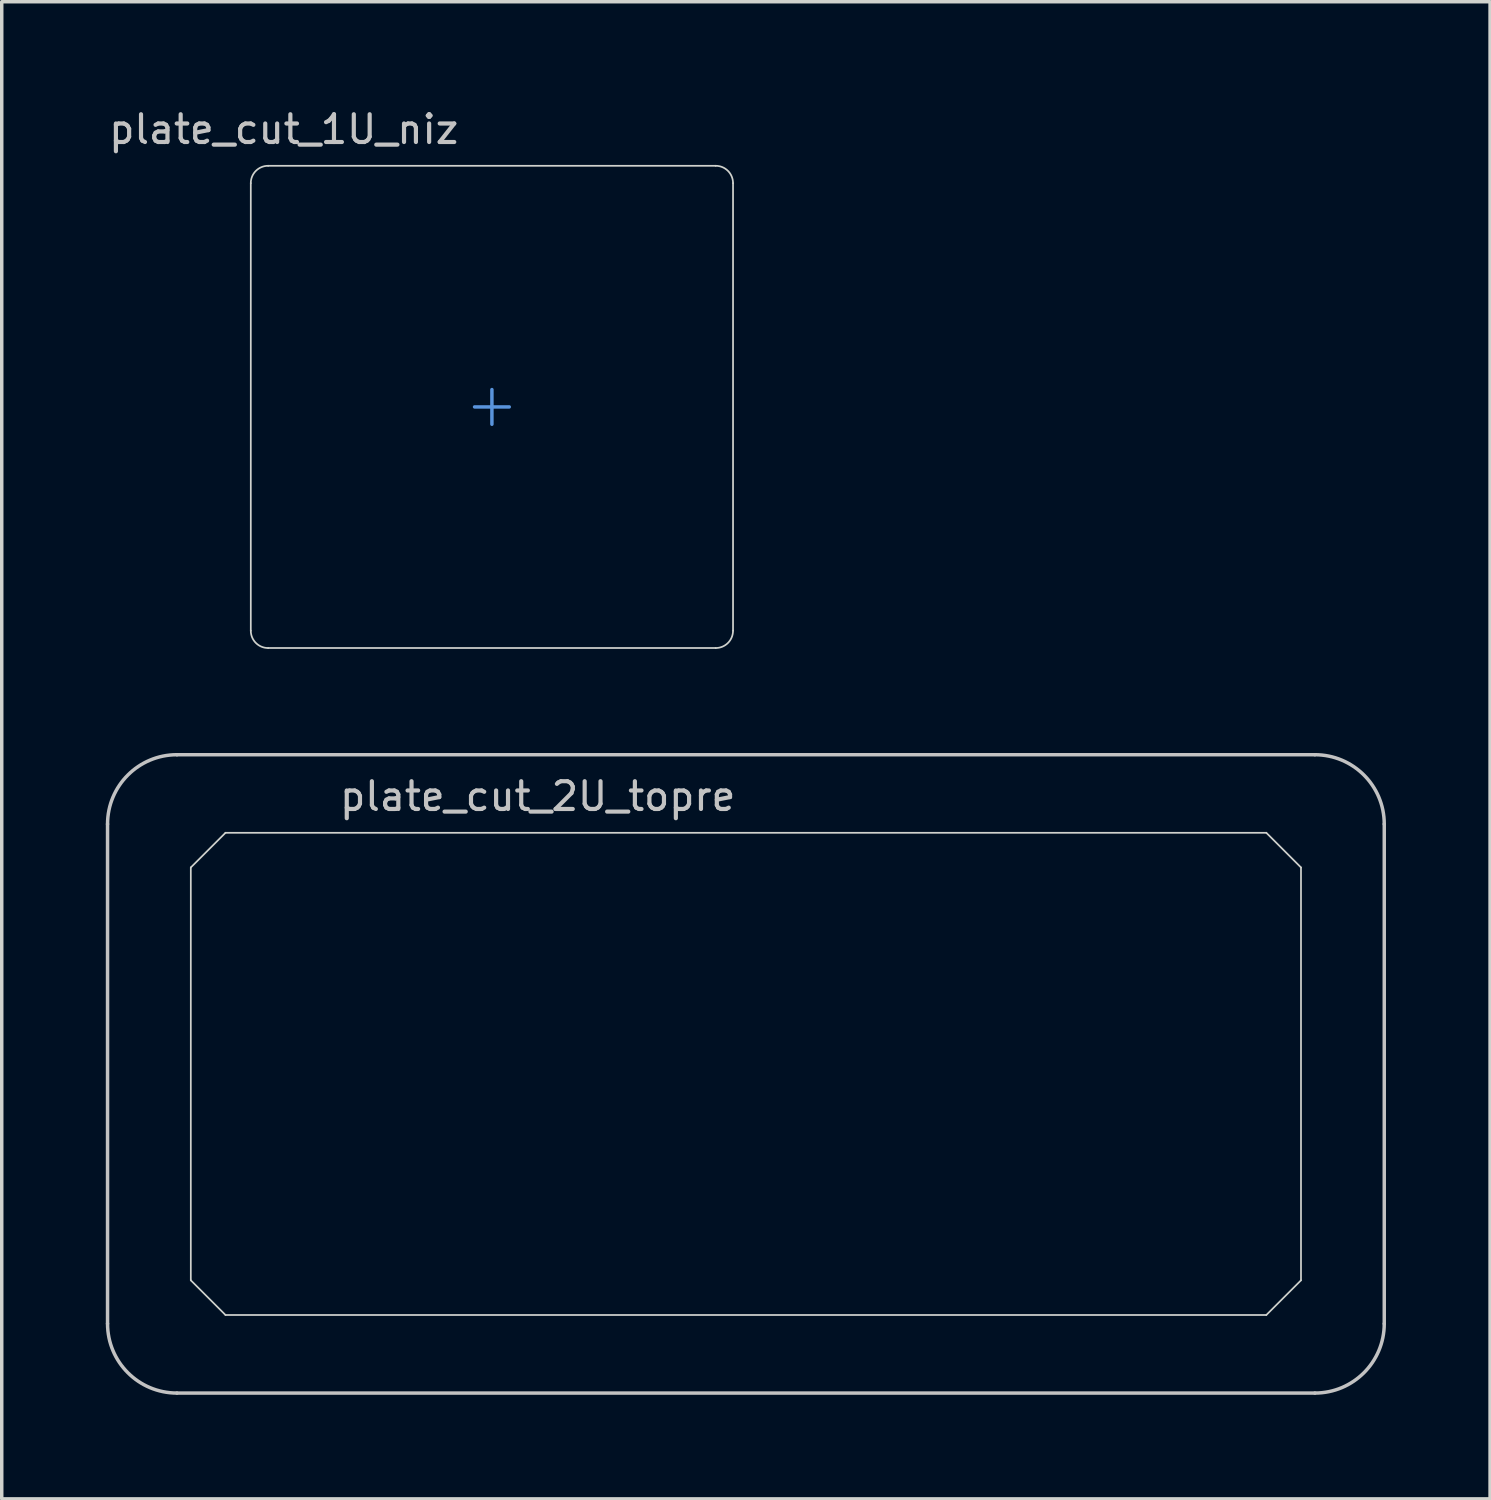
<source format=kicad_pcb>
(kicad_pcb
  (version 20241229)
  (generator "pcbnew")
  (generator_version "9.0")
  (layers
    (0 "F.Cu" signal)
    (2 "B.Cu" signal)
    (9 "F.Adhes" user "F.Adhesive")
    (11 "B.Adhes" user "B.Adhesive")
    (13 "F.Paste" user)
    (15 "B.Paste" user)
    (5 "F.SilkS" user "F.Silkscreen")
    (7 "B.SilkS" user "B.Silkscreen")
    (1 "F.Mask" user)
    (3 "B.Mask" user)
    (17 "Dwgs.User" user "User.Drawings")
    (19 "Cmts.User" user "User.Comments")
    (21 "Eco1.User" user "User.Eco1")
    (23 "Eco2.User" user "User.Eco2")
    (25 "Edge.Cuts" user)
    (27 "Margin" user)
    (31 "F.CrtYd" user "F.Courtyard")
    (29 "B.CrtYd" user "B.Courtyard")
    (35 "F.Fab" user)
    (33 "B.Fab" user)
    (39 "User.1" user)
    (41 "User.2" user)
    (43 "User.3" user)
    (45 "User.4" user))
  (footprint "plate_cut_2U_topre"
    (layer "F.Cu")
    (at 18.45 27.904)
    (property "Reference" "plate_cut_2U_topre" (at -6 -8 0) (layer "Dwgs.User") (effects (font (size 0.8 0.8) (thickness 0.12))))
    (attr smd)
    (fp_line (start -18.4 7.2) (end -18.4 -7.2) (stroke (width 0.1) (type default)) (layer "Dwgs.User"))
    (fp_line (start -16.4 -9.2) (end 16.4 -9.2) (stroke (width 0.1) (type default)) (layer "Dwgs.User"))
    (fp_line (start 16.4 9.2) (end -16.4 9.2) (stroke (width 0.1) (type default)) (layer "Dwgs.User"))
    (fp_line (start 18.4 -7.2) (end 18.4 7.2) (stroke (width 0.1) (type default)) (layer "Dwgs.User"))
    (fp_arc (start -18.4 -7.2) (mid -17.814214 -8.614214) (end -16.4 -9.2) (stroke (width 0.1) (type default)) (layer "Dwgs.User"))
    (fp_arc (start -16.4 9.2) (mid -17.814214 8.614214) (end -18.4 7.2) (stroke (width 0.1) (type default)) (layer "Dwgs.User"))
    (fp_arc (start 16.4 -9.2) (mid 17.814214 -8.614214) (end 18.4 -7.2) (stroke (width 0.1) (type default)) (layer "Dwgs.User"))
    (fp_arc (start 18.4 7.2) (mid 17.814214 8.614214) (end 16.4 9.2) (stroke (width 0.1) (type default)) (layer "Dwgs.User"))
    (fp_line (start -16 -5.95) (end -16 5.95) (stroke (width 0.05) (type default)) (layer "Edge.Cuts"))
    (fp_line (start -16 -5.95) (end -15 -6.95) (stroke (width 0.05) (type default)) (layer "Edge.Cuts"))
    (fp_line (start -15 6.95) (end -16 5.95) (stroke (width 0.05) (type default)) (layer "Edge.Cuts"))
    (fp_line (start -15 6.95) (end 15 6.95) (stroke (width 0.05) (type default)) (layer "Edge.Cuts"))
    (fp_line (start 15 -6.95) (end -15 -6.95) (stroke (width 0.05) (type default)) (layer "Edge.Cuts"))
    (fp_line (start 15 6.95) (end 16 5.95) (stroke (width 0.05) (type default)) (layer "Edge.Cuts"))
    (fp_line (start 16 -5.95) (end 15 -6.95) (stroke (width 0.05) (type default)) (layer "Edge.Cuts"))
    (fp_line (start 16 5.95) (end 16 -5.95) (stroke (width 0.05) (type default)) (layer "Edge.Cuts")))
  (footprint "plate_cut_1U_niz"
    (layer "F.Cu")
    (at 11.129 8.679)
    (property "Reference" "plate_cut_1U_niz" (at -6 -8 0) (layer "Dwgs.User") (effects (font (size 0.8 0.8) (thickness 0.12))))
    (attr smd)
    (fp_line (start -0.5 0) (end 0.5 0) (stroke (width 0.1) (type default)) (layer "Cmts.User"))
    (fp_line (start 0 -0.5) (end 0 0.5) (stroke (width 0.1) (type default)) (layer "Cmts.User"))
    (fp_line (start -6.95 6.45) (end -6.95 -6.45) (stroke (width 0.05) (type default)) (layer "Edge.Cuts"))
    (fp_line (start -6.45 -6.95) (end 6.45 -6.95) (stroke (width 0.05) (type default)) (layer "Edge.Cuts"))
    (fp_line (start 6.45 6.95) (end -6.45 6.95) (stroke (width 0.05) (type default)) (layer "Edge.Cuts"))
    (fp_line (start 6.95 -6.45) (end 6.95 6.45) (stroke (width 0.05) (type default)) (layer "Edge.Cuts"))
    (fp_arc (start -6.95 -6.45) (mid -6.803553 -6.803553) (end -6.45 -6.95) (stroke (width 0.05) (type default)) (layer "Edge.Cuts"))
    (fp_arc (start -6.45 6.95) (mid -6.803553 6.803553) (end -6.95 6.45) (stroke (width 0.05) (type default)) (layer "Edge.Cuts"))
    (fp_arc (start 6.45 -6.95) (mid 6.803553 -6.803553) (end 6.95 -6.45) (stroke (width 0.05) (type default)) (layer "Edge.Cuts"))
    (fp_arc (start 6.95 6.45) (mid 6.803553 6.803553) (end 6.45 6.95) (stroke (width 0.05) (type default)) (layer "Edge.Cuts")))
  (gr_rect
    (start -3 -3)
    (end 39.9 40.154)
    (stroke (width 0.1) (type default))
    (fill no)
    (layer "Edge.Cuts")))
</source>
